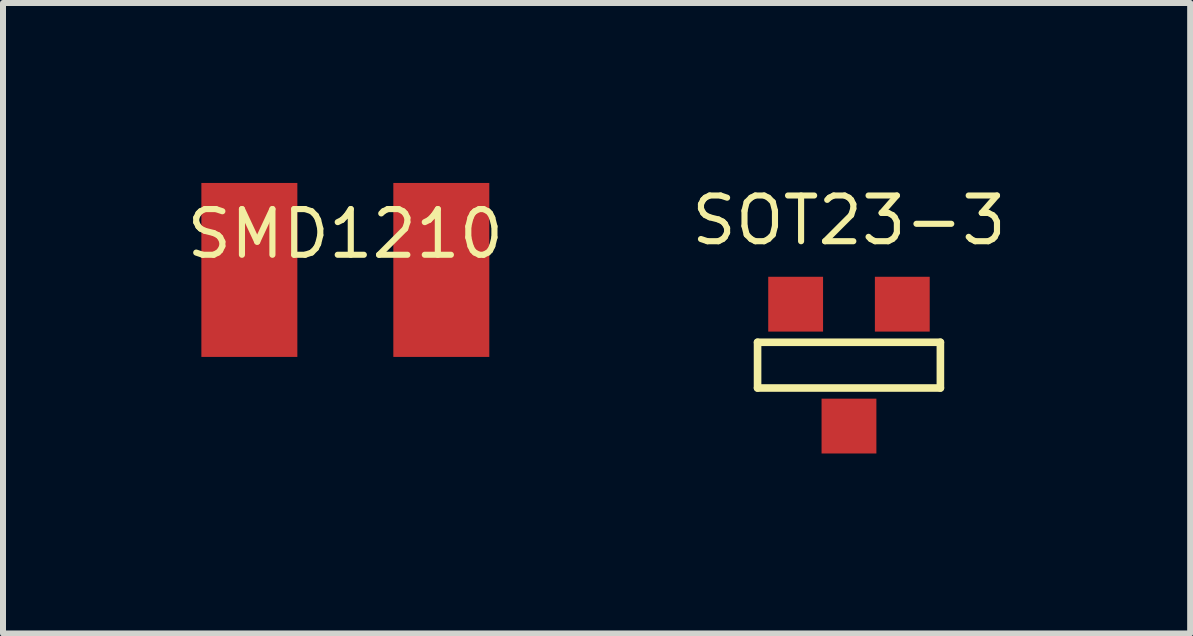
<source format=kicad_pcb>
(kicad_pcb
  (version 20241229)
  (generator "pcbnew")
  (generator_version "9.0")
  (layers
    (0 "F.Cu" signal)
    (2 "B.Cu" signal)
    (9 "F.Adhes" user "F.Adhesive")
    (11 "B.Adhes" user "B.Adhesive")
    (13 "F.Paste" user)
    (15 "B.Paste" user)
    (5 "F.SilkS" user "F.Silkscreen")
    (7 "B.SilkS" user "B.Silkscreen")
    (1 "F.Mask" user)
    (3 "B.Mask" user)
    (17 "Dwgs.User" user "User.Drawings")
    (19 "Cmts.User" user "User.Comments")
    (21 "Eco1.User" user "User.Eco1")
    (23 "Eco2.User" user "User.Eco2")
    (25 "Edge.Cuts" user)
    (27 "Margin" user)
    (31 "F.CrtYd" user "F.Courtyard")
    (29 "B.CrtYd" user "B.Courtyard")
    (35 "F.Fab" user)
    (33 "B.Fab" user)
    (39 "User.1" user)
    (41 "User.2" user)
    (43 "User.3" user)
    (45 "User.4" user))
  (footprint "SOT23-3"
    (layer "F.Cu")
    (at 11.103 3.037)
    (property "Reference" "SOT23-3" (at 0 -2.413 0) (layer "F.SilkS") (effects (font (size 0.762 0.762) (thickness 0.102))))
    (attr smd)
    (fp_line (start -1.524 -0.381) (end 1.524 -0.381) (stroke (width 0.127) (type solid)) (layer "F.SilkS"))
    (fp_line (start -1.524 0.381) (end -1.524 -0.381) (stroke (width 0.127) (type solid)) (layer "F.SilkS"))
    (fp_line (start 1.524 -0.381) (end 1.524 0.381) (stroke (width 0.127) (type solid)) (layer "F.SilkS"))
    (fp_line (start 1.524 0.381) (end -1.524 0.381) (stroke (width 0.127) (type solid)) (layer "F.SilkS"))
    (pad "1" smd rect (at 0.889 -1.016) (size 0.914 0.914) (layers "F.Cu" "F.Mask" "F.Paste"))
    (pad "2" smd rect (at -0.889 -1.016) (size 0.914 0.914) (layers "F.Cu" "F.Mask" "F.Paste"))
    (pad "3" smd rect (at 0 1.016) (size 0.914 0.914) (layers "F.Cu" "F.Mask" "F.Paste")))
  (footprint "SMD1210"
    (layer "F.Cu")
    (at 2.707 1.45)
    (property "Reference" "SMD1210" (at 0 -0.6 0) (layer "F.SilkS") (effects (font (size 0.762 0.762) (thickness 0.102))))
    (attr smd)
    (pad "1" smd rect (at -1.6 0) (size 1.6 2.9) (layers "F.Cu" "F.Mask" "F.Paste"))
    (pad "2" smd rect (at 1.6 0) (size 1.6 2.9) (layers "F.Cu" "F.Mask" "F.Paste")))
  (gr_rect
    (start -3 -3)
    (end 16.791 7.51)
    (stroke (width 0.1) (type default))
    (fill no)
    (layer "Edge.Cuts")))
</source>
